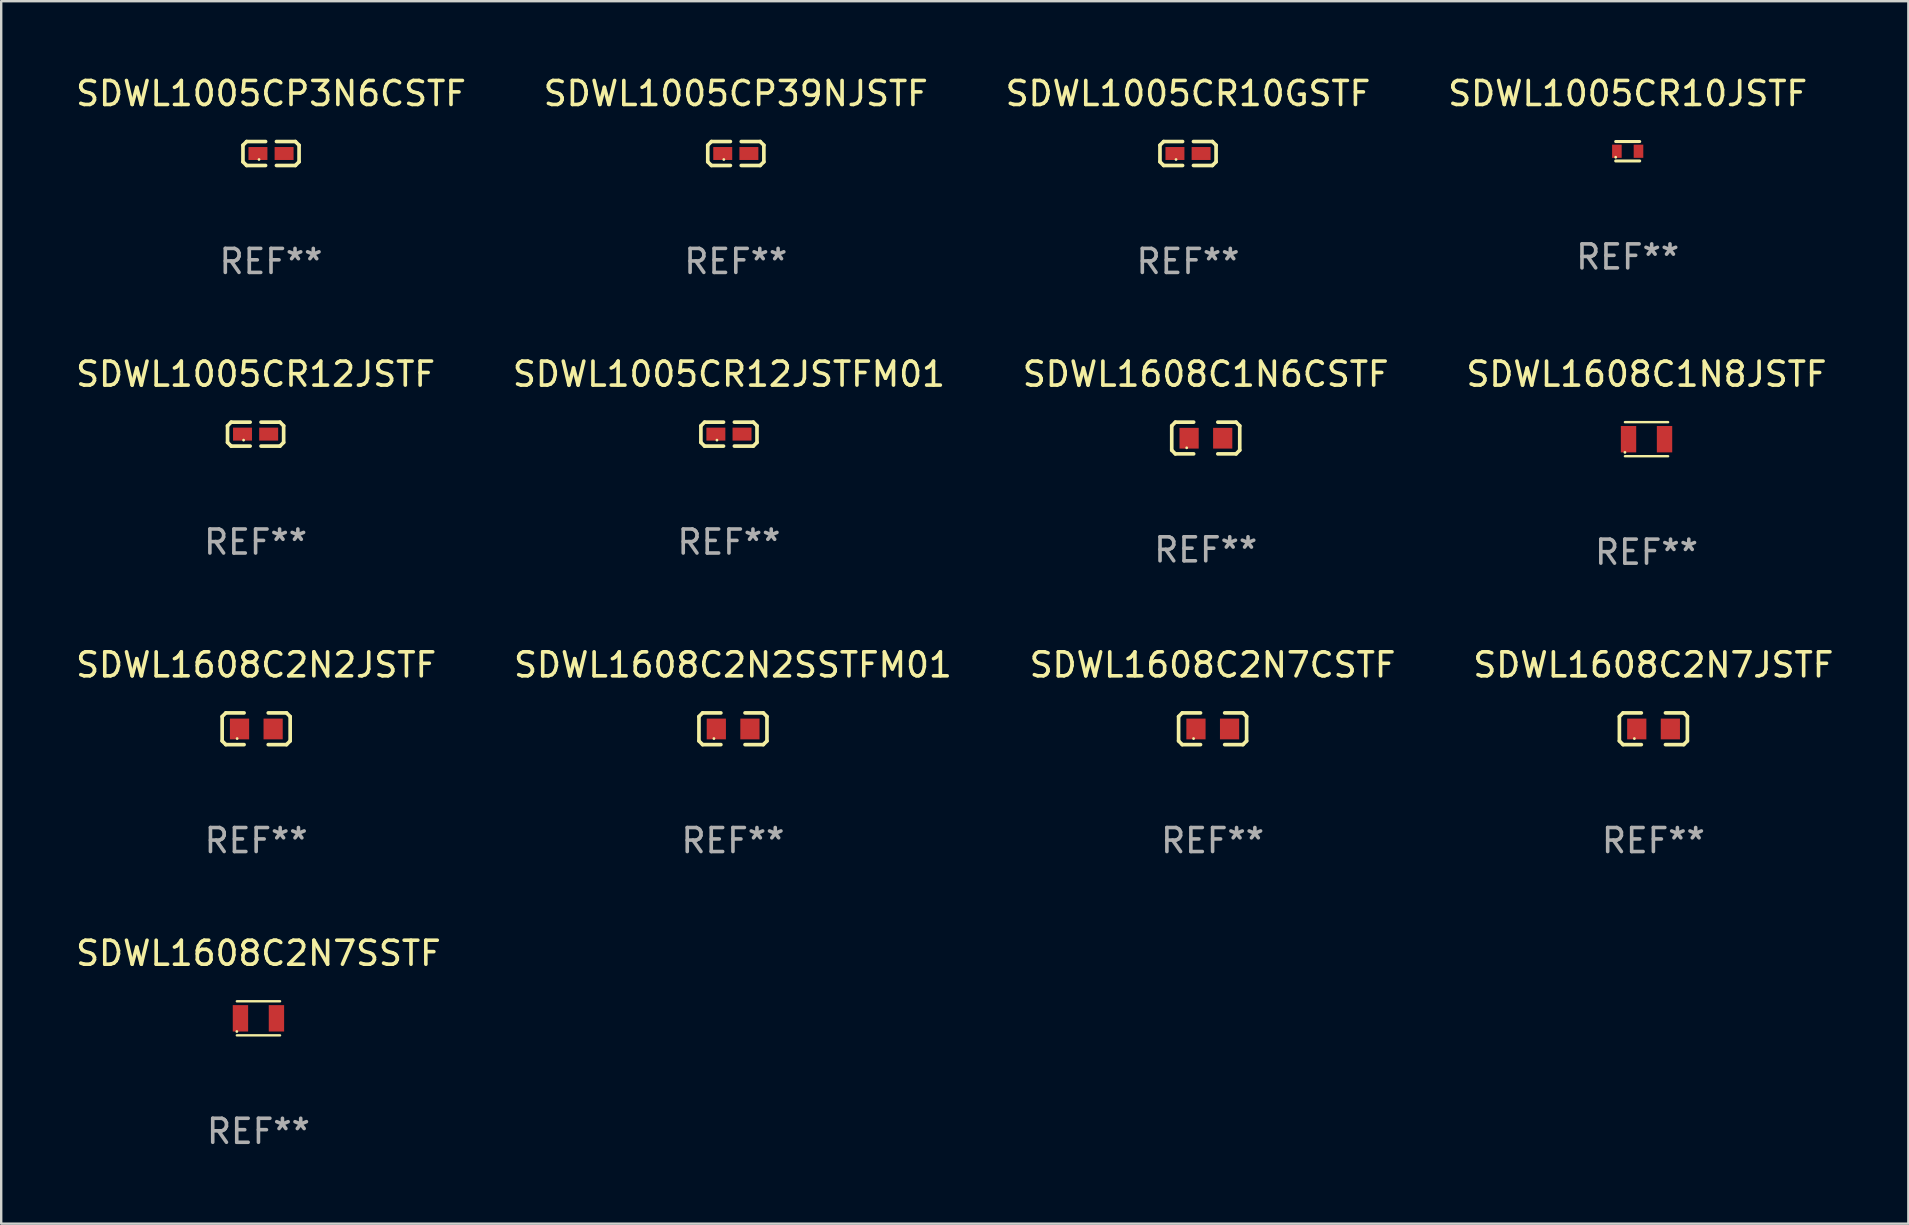
<source format=kicad_pcb>
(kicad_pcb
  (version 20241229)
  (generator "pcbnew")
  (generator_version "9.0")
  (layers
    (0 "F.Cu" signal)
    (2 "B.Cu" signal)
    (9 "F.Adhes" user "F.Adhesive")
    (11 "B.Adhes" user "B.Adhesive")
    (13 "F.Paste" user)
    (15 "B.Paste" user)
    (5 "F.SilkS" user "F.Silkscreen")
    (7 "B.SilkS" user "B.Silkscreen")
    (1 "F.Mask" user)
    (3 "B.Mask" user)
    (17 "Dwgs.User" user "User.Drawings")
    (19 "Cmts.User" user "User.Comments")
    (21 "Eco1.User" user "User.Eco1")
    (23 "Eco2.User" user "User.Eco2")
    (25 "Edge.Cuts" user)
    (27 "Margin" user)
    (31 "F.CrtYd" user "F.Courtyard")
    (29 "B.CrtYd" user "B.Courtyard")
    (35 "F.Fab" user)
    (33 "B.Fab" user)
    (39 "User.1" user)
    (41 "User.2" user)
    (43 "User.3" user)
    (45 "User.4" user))
  (footprint "SDWL1005CR12JSTFM01"
    (layer "F.Cu")
    (at 27.327 15.041)
    (property "Reference" "SDWL1005CR12JSTFM01" (at 0 -2.499 0) (layer "F.SilkS") (effects (font (size 1 1) (thickness 0.15))))
    (attr through_hole)
    (fp_line (start -1.169 -0.346) (end -1.016 -0.499) (stroke (width 0.152) (type solid)) (layer "F.SilkS"))
    (fp_line (start -1.169 0.346) (end -1.169 -0.346) (stroke (width 0.152) (type solid)) (layer "F.SilkS"))
    (fp_line (start -1.016 -0.499) (end -0.226 -0.499) (stroke (width 0.152) (type solid)) (layer "F.SilkS"))
    (fp_line (start -1.016 0.499) (end -1.169 0.346) (stroke (width 0.152) (type solid)) (layer "F.SilkS"))
    (fp_line (start -0.226 0.499) (end -1.016 0.499) (stroke (width 0.152) (type solid)) (layer "F.SilkS"))
    (fp_line (start 0.226 0.499) (end 1.016 0.499) (stroke (width 0.152) (type solid)) (layer "F.SilkS"))
    (fp_line (start 1.016 -0.499) (end 0.226 -0.499) (stroke (width 0.152) (type solid)) (layer "F.SilkS"))
    (fp_line (start 1.016 0.499) (end 1.169 0.346) (stroke (width 0.152) (type solid)) (layer "F.SilkS"))
    (fp_line (start 1.169 -0.346) (end 1.016 -0.499) (stroke (width 0.152) (type solid)) (layer "F.SilkS"))
    (fp_line (start 1.169 0.346) (end 1.169 -0.346) (stroke (width 0.152) (type solid)) (layer "F.SilkS"))
    (fp_circle (center -0.5 0.25) (end -0.47 0.25) (stroke (width 0.06) (type solid)) (fill no) (layer "F.SilkS"))
    (fp_text user "REF**" (at 0 4.499 0) (layer "F.Fab") (effects (font (size 1 1) (thickness 0.15))))
    (pad "1" smd rect (at -0.545 0) (size 0.79 0.54) (layers "F.Cu" "F.Mask" "F.Paste"))
    (pad "2" smd rect (at 0.545 0) (size 0.79 0.54) (layers "F.Cu" "F.Mask" "F.Paste")))
  (footprint "SDWL1005CR12JSTF"
    (layer "F.Cu")
    (at 7.601 15.041)
    (property "Reference" "SDWL1005CR12JSTF" (at 0 -2.499 0) (layer "F.SilkS") (effects (font (size 1 1) (thickness 0.15))))
    (attr through_hole)
    (fp_line (start -1.169 -0.346) (end -1.016 -0.499) (stroke (width 0.152) (type solid)) (layer "F.SilkS"))
    (fp_line (start -1.169 0.346) (end -1.169 -0.346) (stroke (width 0.152) (type solid)) (layer "F.SilkS"))
    (fp_line (start -1.016 -0.499) (end -0.226 -0.499) (stroke (width 0.152) (type solid)) (layer "F.SilkS"))
    (fp_line (start -1.016 0.499) (end -1.169 0.346) (stroke (width 0.152) (type solid)) (layer "F.SilkS"))
    (fp_line (start -0.226 0.499) (end -1.016 0.499) (stroke (width 0.152) (type solid)) (layer "F.SilkS"))
    (fp_line (start 0.226 0.499) (end 1.016 0.499) (stroke (width 0.152) (type solid)) (layer "F.SilkS"))
    (fp_line (start 1.016 -0.499) (end 0.226 -0.499) (stroke (width 0.152) (type solid)) (layer "F.SilkS"))
    (fp_line (start 1.016 0.499) (end 1.169 0.346) (stroke (width 0.152) (type solid)) (layer "F.SilkS"))
    (fp_line (start 1.169 -0.346) (end 1.016 -0.499) (stroke (width 0.152) (type solid)) (layer "F.SilkS"))
    (fp_line (start 1.169 0.346) (end 1.169 -0.346) (stroke (width 0.152) (type solid)) (layer "F.SilkS"))
    (fp_circle (center -0.5 0.25) (end -0.47 0.25) (stroke (width 0.06) (type solid)) (fill no) (layer "F.SilkS"))
    (fp_text user "REF**" (at 0 4.499 0) (layer "F.Fab") (effects (font (size 1 1) (thickness 0.15))))
    (pad "1" smd rect (at -0.545 0) (size 0.79 0.54) (layers "F.Cu" "F.Mask" "F.Paste"))
    (pad "2" smd rect (at 0.545 0) (size 0.79 0.54) (layers "F.Cu" "F.Mask" "F.Paste")))
  (footprint "SDWL1608C2N7CSTF"
    (layer "F.Cu")
    (at 47.482 27.319)
    (property "Reference" "SDWL1608C2N7CSTF" (at 0 -2.661 0) (layer "F.SilkS") (effects (font (size 1 1) (thickness 0.15))))
    (attr through_hole)
    (fp_line (start -1.417 -0.508) (end -1.265 -0.661) (stroke (width 0.152) (type solid)) (layer "F.SilkS"))
    (fp_line (start -1.417 0.508) (end -1.417 -0.508) (stroke (width 0.152) (type solid)) (layer "F.SilkS"))
    (fp_line (start -1.265 -0.661) (end -0.503 -0.661) (stroke (width 0.152) (type solid)) (layer "F.SilkS"))
    (fp_line (start -1.265 0.661) (end -1.417 0.508) (stroke (width 0.152) (type solid)) (layer "F.SilkS"))
    (fp_line (start -1.265 0.661) (end -0.503 0.661) (stroke (width 0.152) (type solid)) (layer "F.SilkS"))
    (fp_line (start 1.265 -0.661) (end 0.503 -0.661) (stroke (width 0.152) (type solid)) (layer "F.SilkS"))
    (fp_line (start 1.265 -0.661) (end 1.417 -0.508) (stroke (width 0.152) (type solid)) (layer "F.SilkS"))
    (fp_line (start 1.265 0.661) (end 0.503 0.661) (stroke (width 0.152) (type solid)) (layer "F.SilkS"))
    (fp_line (start 1.417 -0.508) (end 1.417 0.508) (stroke (width 0.152) (type solid)) (layer "F.SilkS"))
    (fp_line (start 1.417 0.508) (end 1.265 0.661) (stroke (width 0.152) (type solid)) (layer "F.SilkS"))
    (fp_circle (center -0.793 0.409) (end -0.763 0.409) (stroke (width 0.06) (type solid)) (fill no) (layer "F.SilkS"))
    (fp_text user "REF**" (at 0 4.661 0) (layer "F.Fab") (effects (font (size 1 1) (thickness 0.15))))
    (pad "1" smd rect (at -0.693 0.009 180) (size 0.8 0.864) (layers "F.Cu" "F.Mask" "F.Paste"))
    (pad "2" smd rect (at 0.707 0.009 180) (size 0.8 0.864) (layers "F.Cu" "F.Mask" "F.Paste")))
  (footprint "SDWL1005CP3N6CSTF"
    (layer "F.Cu")
    (at 8.244 3.347)
    (property "Reference" "SDWL1005CP3N6CSTF" (at 0 -2.499 0) (layer "F.SilkS") (effects (font (size 1 1) (thickness 0.15))))
    (attr through_hole)
    (fp_line (start -1.169 -0.346) (end -1.016 -0.499) (stroke (width 0.152) (type solid)) (layer "F.SilkS"))
    (fp_line (start -1.169 0.346) (end -1.169 -0.346) (stroke (width 0.152) (type solid)) (layer "F.SilkS"))
    (fp_line (start -1.016 -0.499) (end -0.226 -0.499) (stroke (width 0.152) (type solid)) (layer "F.SilkS"))
    (fp_line (start -1.016 0.499) (end -1.169 0.346) (stroke (width 0.152) (type solid)) (layer "F.SilkS"))
    (fp_line (start -0.226 0.499) (end -1.016 0.499) (stroke (width 0.152) (type solid)) (layer "F.SilkS"))
    (fp_line (start 0.226 0.499) (end 1.016 0.499) (stroke (width 0.152) (type solid)) (layer "F.SilkS"))
    (fp_line (start 1.016 -0.499) (end 0.226 -0.499) (stroke (width 0.152) (type solid)) (layer "F.SilkS"))
    (fp_line (start 1.016 0.499) (end 1.169 0.346) (stroke (width 0.152) (type solid)) (layer "F.SilkS"))
    (fp_line (start 1.169 -0.346) (end 1.016 -0.499) (stroke (width 0.152) (type solid)) (layer "F.SilkS"))
    (fp_line (start 1.169 0.346) (end 1.169 -0.346) (stroke (width 0.152) (type solid)) (layer "F.SilkS"))
    (fp_circle (center -0.5 0.25) (end -0.47 0.25) (stroke (width 0.06) (type solid)) (fill no) (layer "F.SilkS"))
    (fp_text user "REF**" (at 0 4.499 0) (layer "F.Fab") (effects (font (size 1 1) (thickness 0.15))))
    (pad "1" smd rect (at -0.545 0) (size 0.79 0.54) (layers "F.Cu" "F.Mask" "F.Paste"))
    (pad "2" smd rect (at 0.545 0) (size 0.79 0.54) (layers "F.Cu" "F.Mask" "F.Paste")))
  (footprint "SDWL1608C2N2SSTFM01"
    (layer "F.Cu")
    (at 27.494 27.319)
    (property "Reference" "SDWL1608C2N2SSTFM01" (at 0 -2.661 0) (layer "F.SilkS") (effects (font (size 1 1) (thickness 0.15))))
    (attr through_hole)
    (fp_line (start -1.417 -0.508) (end -1.265 -0.661) (stroke (width 0.152) (type solid)) (layer "F.SilkS"))
    (fp_line (start -1.417 0.508) (end -1.417 -0.508) (stroke (width 0.152) (type solid)) (layer "F.SilkS"))
    (fp_line (start -1.265 -0.661) (end -0.503 -0.661) (stroke (width 0.152) (type solid)) (layer "F.SilkS"))
    (fp_line (start -1.265 0.661) (end -1.417 0.508) (stroke (width 0.152) (type solid)) (layer "F.SilkS"))
    (fp_line (start -1.265 0.661) (end -0.503 0.661) (stroke (width 0.152) (type solid)) (layer "F.SilkS"))
    (fp_line (start 1.265 -0.661) (end 0.503 -0.661) (stroke (width 0.152) (type solid)) (layer "F.SilkS"))
    (fp_line (start 1.265 -0.661) (end 1.417 -0.508) (stroke (width 0.152) (type solid)) (layer "F.SilkS"))
    (fp_line (start 1.265 0.661) (end 0.503 0.661) (stroke (width 0.152) (type solid)) (layer "F.SilkS"))
    (fp_line (start 1.417 -0.508) (end 1.417 0.508) (stroke (width 0.152) (type solid)) (layer "F.SilkS"))
    (fp_line (start 1.417 0.508) (end 1.265 0.661) (stroke (width 0.152) (type solid)) (layer "F.SilkS"))
    (fp_circle (center -0.793 0.409) (end -0.763 0.409) (stroke (width 0.06) (type solid)) (fill no) (layer "F.SilkS"))
    (fp_text user "REF**" (at 0 4.661 0) (layer "F.Fab") (effects (font (size 1 1) (thickness 0.15))))
    (pad "1" smd rect (at -0.693 0.009 180) (size 0.8 0.864) (layers "F.Cu" "F.Mask" "F.Paste"))
    (pad "2" smd rect (at 0.707 0.009 180) (size 0.8 0.864) (layers "F.Cu" "F.Mask" "F.Paste")))
  (footprint "SDWL1005CR10JSTF"
    (layer "F.Cu")
    (at 64.78 3.253)
    (property "Reference" "SDWL1005CR10JSTF" (at 0 -2.405 0) (layer "F.SilkS") (effects (font (size 1 1) (thickness 0.15))))
    (attr through_hole)
    (fp_line (start -0.5 -0.405) (end 0.5 -0.405) (stroke (width 0.127) (type solid)) (layer "F.SilkS"))
    (fp_line (start -0.5 0.405) (end 0.5 0.405) (stroke (width 0.127) (type solid)) (layer "F.SilkS"))
    (fp_circle (center -0.5 0.25) (end -0.47 0.25) (stroke (width 0.06) (type solid)) (fill no) (layer "F.SilkS"))
    (fp_text user "REF**" (at 0 4.405 0) (layer "F.Fab") (effects (font (size 1 1) (thickness 0.15))))
    (pad "1" smd rect (at -0.45 0 90) (size 0.55 0.4) (layers "F.Cu" "F.Mask" "F.Paste"))
    (pad "2" smd rect (at 0.45 0 90) (size 0.55 0.4) (layers "F.Cu" "F.Mask" "F.Paste")))
  (footprint "SDWL1005CP39NJSTF"
    (layer "F.Cu")
    (at 27.613 3.347)
    (property "Reference" "SDWL1005CP39NJSTF" (at 0 -2.499 0) (layer "F.SilkS") (effects (font (size 1 1) (thickness 0.15))))
    (attr through_hole)
    (fp_line (start -1.169 -0.346) (end -1.016 -0.499) (stroke (width 0.152) (type solid)) (layer "F.SilkS"))
    (fp_line (start -1.169 0.346) (end -1.169 -0.346) (stroke (width 0.152) (type solid)) (layer "F.SilkS"))
    (fp_line (start -1.016 -0.499) (end -0.226 -0.499) (stroke (width 0.152) (type solid)) (layer "F.SilkS"))
    (fp_line (start -1.016 0.499) (end -1.169 0.346) (stroke (width 0.152) (type solid)) (layer "F.SilkS"))
    (fp_line (start -0.226 0.499) (end -1.016 0.499) (stroke (width 0.152) (type solid)) (layer "F.SilkS"))
    (fp_line (start 0.226 0.499) (end 1.016 0.499) (stroke (width 0.152) (type solid)) (layer "F.SilkS"))
    (fp_line (start 1.016 -0.499) (end 0.226 -0.499) (stroke (width 0.152) (type solid)) (layer "F.SilkS"))
    (fp_line (start 1.016 0.499) (end 1.169 0.346) (stroke (width 0.152) (type solid)) (layer "F.SilkS"))
    (fp_line (start 1.169 -0.346) (end 1.016 -0.499) (stroke (width 0.152) (type solid)) (layer "F.SilkS"))
    (fp_line (start 1.169 0.346) (end 1.169 -0.346) (stroke (width 0.152) (type solid)) (layer "F.SilkS"))
    (fp_circle (center -0.5 0.25) (end -0.47 0.25) (stroke (width 0.06) (type solid)) (fill no) (layer "F.SilkS"))
    (fp_text user "REF**" (at 0 4.499 0) (layer "F.Fab") (effects (font (size 1 1) (thickness 0.15))))
    (pad "1" smd rect (at -0.545 0) (size 0.79 0.54) (layers "F.Cu" "F.Mask" "F.Paste"))
    (pad "2" smd rect (at 0.545 0) (size 0.79 0.54) (layers "F.Cu" "F.Mask" "F.Paste")))
  (footprint "SDWL1608C2N7SSTF"
    (layer "F.Cu")
    (at 7.72 39.386)
    (property "Reference" "SDWL1608C2N7SSTF" (at 0 -2.71 0) (layer "F.SilkS") (effects (font (size 1 1) (thickness 0.15))))
    (attr through_hole)
    (fp_line (start -0.9 -0.71) (end 0.9 -0.71) (stroke (width 0.1) (type solid)) (layer "F.SilkS"))
    (fp_line (start 0.9 0.71) (end -0.9 0.71) (stroke (width 0.1) (type solid)) (layer "F.SilkS"))
    (fp_circle (center -0.9 0.55) (end -0.87 0.55) (stroke (width 0.06) (type solid)) (fill no) (layer "F.SilkS"))
    (fp_text user "REF**" (at 0 4.71 0) (layer "F.Fab") (effects (font (size 1 1) (thickness 0.15))))
    (pad "1" smd rect (at -0.75 0) (size 0.64 1.1) (layers "F.Cu" "F.Mask" "F.Paste"))
    (pad "2" smd rect (at 0.75 0) (size 0.64 1.1) (layers "F.Cu" "F.Mask" "F.Paste")))
  (footprint "SDWL1005CR10GSTF"
    (layer "F.Cu")
    (at 46.458 3.347)
    (property "Reference" "SDWL1005CR10GSTF" (at 0 -2.499 0) (layer "F.SilkS") (effects (font (size 1 1) (thickness 0.15))))
    (attr through_hole)
    (fp_line (start -1.169 -0.346) (end -1.016 -0.499) (stroke (width 0.152) (type solid)) (layer "F.SilkS"))
    (fp_line (start -1.169 0.346) (end -1.169 -0.346) (stroke (width 0.152) (type solid)) (layer "F.SilkS"))
    (fp_line (start -1.016 -0.499) (end -0.226 -0.499) (stroke (width 0.152) (type solid)) (layer "F.SilkS"))
    (fp_line (start -1.016 0.499) (end -1.169 0.346) (stroke (width 0.152) (type solid)) (layer "F.SilkS"))
    (fp_line (start -0.226 0.499) (end -1.016 0.499) (stroke (width 0.152) (type solid)) (layer "F.SilkS"))
    (fp_line (start 0.226 0.499) (end 1.016 0.499) (stroke (width 0.152) (type solid)) (layer "F.SilkS"))
    (fp_line (start 1.016 -0.499) (end 0.226 -0.499) (stroke (width 0.152) (type solid)) (layer "F.SilkS"))
    (fp_line (start 1.016 0.499) (end 1.169 0.346) (stroke (width 0.152) (type solid)) (layer "F.SilkS"))
    (fp_line (start 1.169 -0.346) (end 1.016 -0.499) (stroke (width 0.152) (type solid)) (layer "F.SilkS"))
    (fp_line (start 1.169 0.346) (end 1.169 -0.346) (stroke (width 0.152) (type solid)) (layer "F.SilkS"))
    (fp_circle (center -0.5 0.25) (end -0.47 0.25) (stroke (width 0.06) (type solid)) (fill no) (layer "F.SilkS"))
    (fp_text user "REF**" (at 0 4.499 0) (layer "F.Fab") (effects (font (size 1 1) (thickness 0.15))))
    (pad "1" smd rect (at -0.545 0) (size 0.79 0.54) (layers "F.Cu" "F.Mask" "F.Paste"))
    (pad "2" smd rect (at 0.545 0) (size 0.79 0.54) (layers "F.Cu" "F.Mask" "F.Paste")))
  (footprint "SDWL1608C2N2JSTF"
    (layer "F.Cu")
    (at 7.625 27.319)
    (property "Reference" "SDWL1608C2N2JSTF" (at 0 -2.661 0) (layer "F.SilkS") (effects (font (size 1 1) (thickness 0.15))))
    (attr through_hole)
    (fp_line (start -1.417 -0.508) (end -1.265 -0.661) (stroke (width 0.152) (type solid)) (layer "F.SilkS"))
    (fp_line (start -1.417 0.508) (end -1.417 -0.508) (stroke (width 0.152) (type solid)) (layer "F.SilkS"))
    (fp_line (start -1.265 -0.661) (end -0.503 -0.661) (stroke (width 0.152) (type solid)) (layer "F.SilkS"))
    (fp_line (start -1.265 0.661) (end -1.417 0.508) (stroke (width 0.152) (type solid)) (layer "F.SilkS"))
    (fp_line (start -1.265 0.661) (end -0.503 0.661) (stroke (width 0.152) (type solid)) (layer "F.SilkS"))
    (fp_line (start 1.265 -0.661) (end 0.503 -0.661) (stroke (width 0.152) (type solid)) (layer "F.SilkS"))
    (fp_line (start 1.265 -0.661) (end 1.417 -0.508) (stroke (width 0.152) (type solid)) (layer "F.SilkS"))
    (fp_line (start 1.265 0.661) (end 0.503 0.661) (stroke (width 0.152) (type solid)) (layer "F.SilkS"))
    (fp_line (start 1.417 -0.508) (end 1.417 0.508) (stroke (width 0.152) (type solid)) (layer "F.SilkS"))
    (fp_line (start 1.417 0.508) (end 1.265 0.661) (stroke (width 0.152) (type solid)) (layer "F.SilkS"))
    (fp_circle (center -0.793 0.409) (end -0.763 0.409) (stroke (width 0.06) (type solid)) (fill no) (layer "F.SilkS"))
    (fp_text user "REF**" (at 0 4.661 0) (layer "F.Fab") (effects (font (size 1 1) (thickness 0.15))))
    (pad "1" smd rect (at -0.693 0.009 180) (size 0.8 0.864) (layers "F.Cu" "F.Mask" "F.Paste"))
    (pad "2" smd rect (at 0.707 0.009 180) (size 0.8 0.864) (layers "F.Cu" "F.Mask" "F.Paste")))
  (footprint "SDWL1608C2N7JSTF"
    (layer "F.Cu")
    (at 65.851 27.319)
    (property "Reference" "SDWL1608C2N7JSTF" (at 0 -2.661 0) (layer "F.SilkS") (effects (font (size 1 1) (thickness 0.15))))
    (attr through_hole)
    (fp_line (start -1.417 -0.508) (end -1.265 -0.661) (stroke (width 0.152) (type solid)) (layer "F.SilkS"))
    (fp_line (start -1.417 0.508) (end -1.417 -0.508) (stroke (width 0.152) (type solid)) (layer "F.SilkS"))
    (fp_line (start -1.265 -0.661) (end -0.503 -0.661) (stroke (width 0.152) (type solid)) (layer "F.SilkS"))
    (fp_line (start -1.265 0.661) (end -1.417 0.508) (stroke (width 0.152) (type solid)) (layer "F.SilkS"))
    (fp_line (start -1.265 0.661) (end -0.503 0.661) (stroke (width 0.152) (type solid)) (layer "F.SilkS"))
    (fp_line (start 1.265 -0.661) (end 0.503 -0.661) (stroke (width 0.152) (type solid)) (layer "F.SilkS"))
    (fp_line (start 1.265 -0.661) (end 1.417 -0.508) (stroke (width 0.152) (type solid)) (layer "F.SilkS"))
    (fp_line (start 1.265 0.661) (end 0.503 0.661) (stroke (width 0.152) (type solid)) (layer "F.SilkS"))
    (fp_line (start 1.417 -0.508) (end 1.417 0.508) (stroke (width 0.152) (type solid)) (layer "F.SilkS"))
    (fp_line (start 1.417 0.508) (end 1.265 0.661) (stroke (width 0.152) (type solid)) (layer "F.SilkS"))
    (fp_circle (center -0.793 0.409) (end -0.763 0.409) (stroke (width 0.06) (type solid)) (fill no) (layer "F.SilkS"))
    (fp_text user "REF**" (at 0 4.661 0) (layer "F.Fab") (effects (font (size 1 1) (thickness 0.15))))
    (pad "1" smd rect (at -0.693 0.009 180) (size 0.8 0.864) (layers "F.Cu" "F.Mask" "F.Paste"))
    (pad "2" smd rect (at 0.707 0.009 180) (size 0.8 0.864) (layers "F.Cu" "F.Mask" "F.Paste")))
  (footprint "SDWL1608C1N6CSTF"
    (layer "F.Cu")
    (at 47.196 15.203)
    (property "Reference" "SDWL1608C1N6CSTF" (at 0 -2.661 0) (layer "F.SilkS") (effects (font (size 1 1) (thickness 0.15))))
    (attr through_hole)
    (fp_line (start -1.417 -0.508) (end -1.265 -0.661) (stroke (width 0.152) (type solid)) (layer "F.SilkS"))
    (fp_line (start -1.417 0.508) (end -1.417 -0.508) (stroke (width 0.152) (type solid)) (layer "F.SilkS"))
    (fp_line (start -1.265 -0.661) (end -0.503 -0.661) (stroke (width 0.152) (type solid)) (layer "F.SilkS"))
    (fp_line (start -1.265 0.661) (end -1.417 0.508) (stroke (width 0.152) (type solid)) (layer "F.SilkS"))
    (fp_line (start -1.265 0.661) (end -0.503 0.661) (stroke (width 0.152) (type solid)) (layer "F.SilkS"))
    (fp_line (start 1.265 -0.661) (end 0.503 -0.661) (stroke (width 0.152) (type solid)) (layer "F.SilkS"))
    (fp_line (start 1.265 -0.661) (end 1.417 -0.508) (stroke (width 0.152) (type solid)) (layer "F.SilkS"))
    (fp_line (start 1.265 0.661) (end 0.503 0.661) (stroke (width 0.152) (type solid)) (layer "F.SilkS"))
    (fp_line (start 1.417 -0.508) (end 1.417 0.508) (stroke (width 0.152) (type solid)) (layer "F.SilkS"))
    (fp_line (start 1.417 0.508) (end 1.265 0.661) (stroke (width 0.152) (type solid)) (layer "F.SilkS"))
    (fp_circle (center -0.793 0.409) (end -0.763 0.409) (stroke (width 0.06) (type solid)) (fill no) (layer "F.SilkS"))
    (fp_text user "REF**" (at 0 4.661 0) (layer "F.Fab") (effects (font (size 1 1) (thickness 0.15))))
    (pad "1" smd rect (at -0.693 0.009 180) (size 0.8 0.864) (layers "F.Cu" "F.Mask" "F.Paste"))
    (pad "2" smd rect (at 0.707 0.009 180) (size 0.8 0.864) (layers "F.Cu" "F.Mask" "F.Paste")))
  (footprint "SDWL1608C1N8JSTF"
    (layer "F.Cu")
    (at 65.565 15.252)
    (property "Reference" "SDWL1608C1N8JSTF" (at 0 -2.71 0) (layer "F.SilkS") (effects (font (size 1 1) (thickness 0.15))))
    (attr through_hole)
    (fp_line (start -0.9 -0.71) (end 0.9 -0.71) (stroke (width 0.1) (type solid)) (layer "F.SilkS"))
    (fp_line (start 0.9 0.71) (end -0.9 0.71) (stroke (width 0.1) (type solid)) (layer "F.SilkS"))
    (fp_circle (center -0.9 0.55) (end -0.87 0.55) (stroke (width 0.06) (type solid)) (fill no) (layer "F.SilkS"))
    (fp_text user "REF**" (at 0 4.71 0) (layer "F.Fab") (effects (font (size 1 1) (thickness 0.15))))
    (pad "1" smd rect (at -0.75 0) (size 0.64 1.1) (layers "F.Cu" "F.Mask" "F.Paste"))
    (pad "2" smd rect (at 0.75 0) (size 0.64 1.1) (layers "F.Cu" "F.Mask" "F.Paste")))
  (gr_rect
    (start -3 -3)
    (end 76.476 47.944)
    (stroke (width 0.1) (type default))
    (fill no)
    (layer "Edge.Cuts")))
</source>
